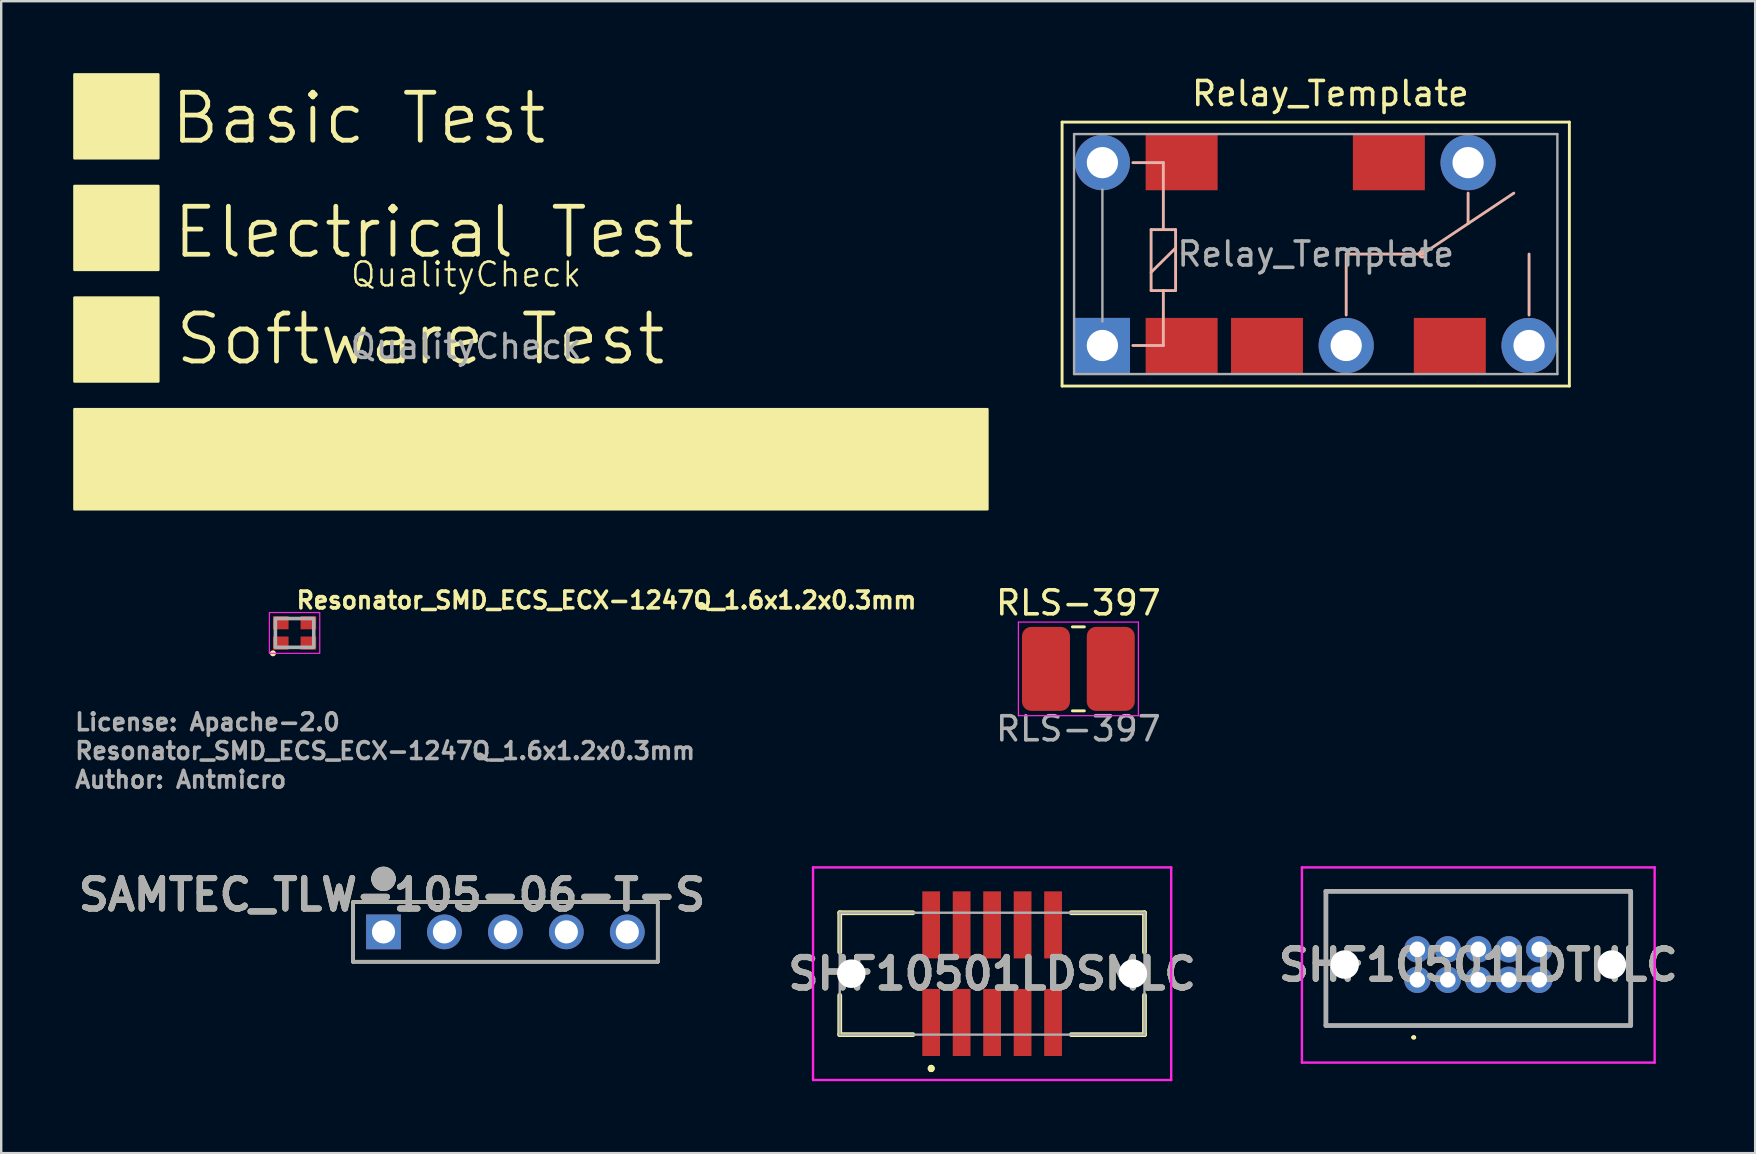
<source format=kicad_pcb>
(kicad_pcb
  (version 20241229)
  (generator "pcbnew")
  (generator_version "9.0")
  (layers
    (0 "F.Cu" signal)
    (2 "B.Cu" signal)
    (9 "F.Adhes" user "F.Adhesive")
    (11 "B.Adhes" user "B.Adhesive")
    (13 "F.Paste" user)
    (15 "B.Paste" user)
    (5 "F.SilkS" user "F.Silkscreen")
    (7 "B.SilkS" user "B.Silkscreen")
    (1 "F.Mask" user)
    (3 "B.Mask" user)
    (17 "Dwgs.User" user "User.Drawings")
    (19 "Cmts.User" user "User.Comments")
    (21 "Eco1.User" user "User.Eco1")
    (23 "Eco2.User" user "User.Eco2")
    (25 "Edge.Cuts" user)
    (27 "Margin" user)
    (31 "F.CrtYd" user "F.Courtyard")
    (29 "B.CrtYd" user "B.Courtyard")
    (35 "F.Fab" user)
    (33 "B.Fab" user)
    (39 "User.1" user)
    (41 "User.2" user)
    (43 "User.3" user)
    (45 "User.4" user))
  (footprint "RLS-397"
    (layer "F.Cu")
    (at 41.889 24.823)
    (property "Reference" "RLS-397" (at 0 -2.75 0) (unlocked yes) (layer "F.SilkS") (effects (font (size 1 1) (thickness 0.15))))
    (attr smd)
    (fp_line (start -0.25 -1.75) (end 0.25 -1.75) (stroke (width 0.12) (type solid)) (layer "F.SilkS"))
    (fp_line (start -0.25 1.75) (end 0.25 1.75) (stroke (width 0.12) (type solid)) (layer "F.SilkS"))
    (fp_line (start -2.5 -1.95) (end 2.5 -1.95) (stroke (width 0.05) (type solid)) (layer "F.CrtYd"))
    (fp_line (start -2.5 1.95) (end -2.5 -1.95) (stroke (width 0.05) (type solid)) (layer "F.CrtYd"))
    (fp_line (start 2.5 -1.95) (end 2.5 1.95) (stroke (width 0.05) (type solid)) (layer "F.CrtYd"))
    (fp_line (start 2.5 1.95) (end -2.5 1.95) (stroke (width 0.05) (type solid)) (layer "F.CrtYd"))
    (fp_text user "${REFERENCE}" (at 0 2.5 0) (unlocked yes) (layer "F.Fab") (effects (font (size 1 1) (thickness 0.15))))
    (pad "1" smd roundrect (at -1.35 0) (size 2 3.5) (layers "F.Cu" "F.Mask" "F.Paste") (roundrect_rratio 0.192))
    (pad "2" smd roundrect (at 1.35 0) (size 2 3.5) (layers "F.Cu" "F.Mask" "F.Paste") (roundrect_rratio 0.192)))
  (footprint "Resonator_SMD_ECS_ECX-1247Q_1.6x1.2x0.3mm"
    (layer "F.Cu")
    (at 9.225 23.325)
    (property "Reference" "Resonator_SMD_ECS_ECX-1247Q_1.6x1.2x0.3mm" (at 0 -0.95 0) (layer "F.SilkS") (effects (font (size 0.7 0.7) (thickness 0.15)) (justify left bottom)))
    (attr smd)
    (fp_circle (center -0.9 0.85) (end -0.85 0.85) (stroke (width 0.15) (type default)) (fill yes) (layer "F.SilkS"))
    (fp_rect (start -1.05 -0.85) (end 1.05 0.85) (stroke (width 0.05) (type solid)) (fill no) (layer "F.CrtYd"))
    (fp_rect (start -0.8 -0.6) (end 0.8 0.6) (stroke (width 0.15) (type solid)) (fill no) (layer "F.Fab"))
    (fp_rect (start -0.8 -0.6) (end 0.8 0.6) (stroke (width 0.1) (type solid)) (fill no) (layer "User.5"))
    (fp_line (start -0.8 -0.575) (end -0.8 0.575) (stroke (width 0.02) (type solid)) (layer "User.9"))
    (fp_line (start -0.8 0.575) (end -0.788 0.578) (stroke (width 0.02) (type solid)) (layer "User.9"))
    (fp_line (start -0.788 -0.578) (end -0.8 -0.575) (stroke (width 0.02) (type solid)) (layer "User.9"))
    (fp_line (start -0.788 0.578) (end -0.778 0.588) (stroke (width 0.02) (type solid)) (layer "User.9"))
    (fp_line (start -0.778 -0.588) (end -0.788 -0.578) (stroke (width 0.02) (type solid)) (layer "User.9"))
    (fp_line (start -0.778 0.588) (end -0.775 0.6) (stroke (width 0.02) (type solid)) (layer "User.9"))
    (fp_line (start -0.775 -0.6) (end -0.778 -0.588) (stroke (width 0.02) (type solid)) (layer "User.9"))
    (fp_line (start -0.775 0.6) (end 0.775 0.6) (stroke (width 0.02) (type solid)) (layer "User.9"))
    (fp_line (start -0.75 -0.5) (end -0.75 0.5) (stroke (width 0.02) (type solid)) (layer "User.9"))
    (fp_line (start -0.75 0.5) (end -0.746 0.519) (stroke (width 0.02) (type solid)) (layer "User.9"))
    (fp_line (start -0.746 -0.519) (end -0.75 -0.5) (stroke (width 0.02) (type solid)) (layer "User.9"))
    (fp_line (start -0.746 0.519) (end -0.735 0.535) (stroke (width 0.02) (type solid)) (layer "User.9"))
    (fp_line (start -0.735 -0.535) (end -0.746 -0.519) (stroke (width 0.02) (type solid)) (layer "User.9"))
    (fp_line (start -0.735 0.535) (end -0.719 0.546) (stroke (width 0.02) (type solid)) (layer "User.9"))
    (fp_line (start -0.719 -0.546) (end -0.735 -0.535) (stroke (width 0.02) (type solid)) (layer "User.9"))
    (fp_line (start -0.719 0.546) (end -0.7 0.55) (stroke (width 0.02) (type solid)) (layer "User.9"))
    (fp_line (start -0.7 -0.55) (end -0.719 -0.546) (stroke (width 0.02) (type solid)) (layer "User.9"))
    (fp_line (start -0.7 0.55) (end 0.7 0.55) (stroke (width 0.02) (type solid)) (layer "User.9"))
    (fp_line (start 0.7 -0.55) (end -0.7 -0.55) (stroke (width 0.02) (type solid)) (layer "User.9"))
    (fp_line (start 0.7 0.55) (end 0.719 0.546) (stroke (width 0.02) (type solid)) (layer "User.9"))
    (fp_line (start 0.719 -0.546) (end 0.7 -0.55) (stroke (width 0.02) (type solid)) (layer "User.9"))
    (fp_line (start 0.719 0.546) (end 0.735 0.535) (stroke (width 0.02) (type solid)) (layer "User.9"))
    (fp_line (start 0.735 -0.535) (end 0.719 -0.546) (stroke (width 0.02) (type solid)) (layer "User.9"))
    (fp_line (start 0.735 0.535) (end 0.746 0.519) (stroke (width 0.02) (type solid)) (layer "User.9"))
    (fp_line (start 0.746 -0.519) (end 0.735 -0.535) (stroke (width 0.02) (type solid)) (layer "User.9"))
    (fp_line (start 0.746 0.519) (end 0.75 0.5) (stroke (width 0.02) (type solid)) (layer "User.9"))
    (fp_line (start 0.75 -0.5) (end 0.746 -0.519) (stroke (width 0.02) (type solid)) (layer "User.9"))
    (fp_line (start 0.75 0.5) (end 0.75 -0.5) (stroke (width 0.02) (type solid)) (layer "User.9"))
    (fp_line (start 0.775 -0.6) (end -0.775 -0.6) (stroke (width 0.02) (type solid)) (layer "User.9"))
    (fp_line (start 0.775 0.6) (end 0.778 0.588) (stroke (width 0.02) (type solid)) (layer "User.9"))
    (fp_line (start 0.778 -0.588) (end 0.775 -0.6) (stroke (width 0.02) (type solid)) (layer "User.9"))
    (fp_line (start 0.778 0.588) (end 0.788 0.578) (stroke (width 0.02) (type solid)) (layer "User.9"))
    (fp_line (start 0.788 -0.578) (end 0.778 -0.588) (stroke (width 0.02) (type solid)) (layer "User.9"))
    (fp_line (start 0.788 0.578) (end 0.8 0.575) (stroke (width 0.02) (type solid)) (layer "User.9"))
    (fp_line (start 0.8 -0.575) (end 0.788 -0.578) (stroke (width 0.02) (type solid)) (layer "User.9"))
    (fp_line (start 0.8 0.575) (end 0.8 -0.575) (stroke (width 0.02) (type solid)) (layer "User.9"))
    (fp_text user "License: Apache-2.0" (at -9.225 4.125 0) (layer "F.Fab") (effects (font (size 0.7 0.7) (thickness 0.15)) (justify left bottom)))
    (fp_text user "${REFERENCE}" (at -9.225 5.325 0) (layer "F.Fab") (effects (font (size 0.7 0.7) (thickness 0.15)) (justify left bottom)))
    (fp_text user "Author: Antmicro" (at -9.225 6.525 0) (layer "F.Fab") (effects (font (size 0.7 0.7) (thickness 0.15)) (justify left bottom)))
    (pad "1" smd rect (at -0.575 0.425) (size 0.65 0.55) (layers "F.Cu" "F.Mask" "F.Paste"))
    (pad "2" smd rect (at 0.575 0.425) (size 0.65 0.55) (layers "F.Cu" "F.Mask" "F.Paste"))
    (pad "3" smd rect (at 0.575 -0.425) (size 0.65 0.55) (layers "F.Cu" "F.Mask" "F.Paste"))
    (pad "4" smd rect (at -0.575 -0.425) (size 0.65 0.55) (layers "F.Cu" "F.Mask" "F.Paste")))
  (footprint "SHF10501LDSMLC"
    (layer "F.Cu")
    (at 38.294 37.526)
    (property "Reference" "SHF10501LDSMLC" (at 0 0 0) (layer "F.SilkS") (effects (font (size 1.27 1.27) (thickness 0.254))))
    (attr through_hole)
    (fp_line (start -6.35 -2.54) (end -6.35 -0.9) (stroke (width 0.2) (type solid)) (layer "F.SilkS"))
    (fp_line (start -6.35 0.9) (end -6.35 2.54) (stroke (width 0.2) (type solid)) (layer "F.SilkS"))
    (fp_line (start -6.35 2.54) (end -3.3 2.54) (stroke (width 0.2) (type solid)) (layer "F.SilkS"))
    (fp_line (start -3.3 -2.54) (end -6.35 -2.54) (stroke (width 0.2) (type solid)) (layer "F.SilkS"))
    (fp_line (start -2.54 3.9) (end -2.54 3.9) (stroke (width 0.2) (type solid)) (layer "F.SilkS"))
    (fp_line (start -2.54 4) (end -2.54 4) (stroke (width 0.2) (type solid)) (layer "F.SilkS"))
    (fp_line (start -2.54 4) (end -2.54 4) (stroke (width 0.2) (type solid)) (layer "F.SilkS"))
    (fp_line (start 3.3 2.54) (end 6.35 2.54) (stroke (width 0.2) (type solid)) (layer "F.SilkS"))
    (fp_line (start 6.35 -2.54) (end 3.3 -2.54) (stroke (width 0.2) (type solid)) (layer "F.SilkS"))
    (fp_line (start 6.35 -0.9) (end 6.35 -2.54) (stroke (width 0.2) (type solid)) (layer "F.SilkS"))
    (fp_line (start 6.35 2.54) (end 6.35 0.9) (stroke (width 0.2) (type solid)) (layer "F.SilkS"))
    (fp_arc (start -2.54 3.9) (mid -2.49 3.95) (end -2.54 4) (stroke (width 0.2) (type solid)) (layer "F.SilkS"))
    (fp_arc (start -2.54 3.9) (mid -2.49 3.95) (end -2.54 4) (stroke (width 0.2) (type solid)) (layer "F.SilkS"))
    (fp_arc (start -2.54 4) (mid -2.59 3.95) (end -2.54 3.9) (stroke (width 0.2) (type solid)) (layer "F.SilkS"))
    (fp_line (start -7.463 -4.43) (end 7.463 -4.43) (stroke (width 0.1) (type solid)) (layer "F.CrtYd"))
    (fp_line (start -7.463 4.43) (end -7.463 -4.43) (stroke (width 0.1) (type solid)) (layer "F.CrtYd"))
    (fp_line (start 7.463 -4.43) (end 7.463 4.43) (stroke (width 0.1) (type solid)) (layer "F.CrtYd"))
    (fp_line (start 7.463 4.43) (end -7.463 4.43) (stroke (width 0.1) (type solid)) (layer "F.CrtYd"))
    (fp_line (start -6.35 -2.54) (end -6.35 2.54) (stroke (width 0.1) (type solid)) (layer "F.Fab"))
    (fp_line (start -6.35 2.54) (end 6.35 2.54) (stroke (width 0.1) (type solid)) (layer "F.Fab"))
    (fp_line (start 6.35 -2.54) (end -6.35 -2.54) (stroke (width 0.1) (type solid)) (layer "F.Fab"))
    (fp_line (start 6.35 2.54) (end 6.35 -2.54) (stroke (width 0.1) (type solid)) (layer "F.Fab"))
    (fp_text user "${REFERENCE}" (at 0 0 0) (layer "F.Fab") (effects (font (size 1.27 1.27) (thickness 0.254))))
    (pad "" np_thru_hole circle (at -5.867 0) (size 1.19 1.19) (drill 1.19) (layers "*.Cu" "*.Mask"))
    (pad "" np_thru_hole circle (at 5.867 0) (size 1.19 1.19) (drill 1.19) (layers "*.Cu" "*.Mask"))
    (pad "1" smd rect (at -2.54 2.033) (size 0.74 2.795) (layers "F.Cu" "F.Mask" "F.Paste"))
    (pad "2" smd rect (at -2.54 -2.033) (size 0.74 2.795) (layers "F.Cu" "F.Mask" "F.Paste"))
    (pad "3" smd rect (at -1.27 2.033) (size 0.74 2.795) (layers "F.Cu" "F.Mask" "F.Paste"))
    (pad "4" smd rect (at -1.27 -2.033) (size 0.74 2.795) (layers "F.Cu" "F.Mask" "F.Paste"))
    (pad "5" smd rect (at 0 2.033) (size 0.74 2.795) (layers "F.Cu" "F.Mask" "F.Paste"))
    (pad "6" smd rect (at 0 -2.033) (size 0.74 2.795) (layers "F.Cu" "F.Mask" "F.Paste"))
    (pad "7" smd rect (at 1.27 2.033) (size 0.74 2.795) (layers "F.Cu" "F.Mask" "F.Paste"))
    (pad "8" smd rect (at 1.27 -2.033) (size 0.74 2.795) (layers "F.Cu" "F.Mask" "F.Paste"))
    (pad "9" smd rect (at 2.54 2.033) (size 0.74 2.795) (layers "F.Cu" "F.Mask" "F.Paste"))
    (pad "10" smd rect (at 2.54 -2.033) (size 0.74 2.795) (layers "F.Cu" "F.Mask" "F.Paste")))
  (footprint "QualityCheck"
    (layer "F.Cu")
    (at 16.375 8.887)
    (property "Reference" "QualityCheck" (at 0 -0.5 0) (unlocked yes) (layer "F.SilkS") (effects (font (size 1 1) (thickness 0.1))))
    (attr board_only exclude_from_pos_files exclude_from_bom)
    (fp_rect (start -16.325 -8.838) (end -12.825 -5.338) (stroke (width 0.1) (type solid)) (fill yes) (layer "F.SilkS"))
    (fp_rect (start -16.325 -4.188) (end -12.825 -0.688) (stroke (width 0.1) (type solid)) (fill yes) (layer "F.SilkS"))
    (fp_rect (start -16.325 0.463) (end -12.825 3.962) (stroke (width 0.1) (type solid)) (fill yes) (layer "F.SilkS"))
    (fp_rect (start -16.325 5.112) (end 21.725 9.287) (stroke (width 0.1) (type solid)) (fill yes) (layer "F.SilkS"))
    (fp_text user "Basic Test" (at -12.425 -5.838 0) (unlocked yes) (layer "F.SilkS") (effects (font (size 2 2) (thickness 0.2)) (justify left bottom)))
    (fp_text user "Software Test" (at -12.225 3.362 0) (unlocked yes) (layer "F.SilkS") (effects (font (size 2 2) (thickness 0.2)) (justify left bottom)))
    (fp_text user "Electrical Test" (at -12.325 -1.087 0) (unlocked yes) (layer "F.SilkS") (effects (font (size 2 2) (thickness 0.2)) (justify left bottom)))
    (fp_text user "${REFERENCE}" (at 0 2.5 0) (unlocked yes) (layer "F.Fab") (effects (font (size 1 1) (thickness 0.15)))))
  (footprint "SAMTEC_TLW-105-06-T-S"
    (layer "F.Cu")
    (at 23.091 35.784)
    (property "Reference" "SAMTEC_TLW-105-06-T-S" (at -9.804 -1.549 0) (layer "F.SilkS") (effects (font (size 1.27 1.27) (thickness 0.254))))
    (attr through_hole)
    (fp_line (start -11.43 -1.245) (end -11.43 1.245) (stroke (width 0.152) (type solid)) (layer "F.SilkS"))
    (fp_line (start -11.43 1.245) (end 1.27 1.245) (stroke (width 0.152) (type solid)) (layer "F.SilkS"))
    (fp_line (start 1.27 -1.245) (end -11.43 -1.245) (stroke (width 0.152) (type solid)) (layer "F.SilkS"))
    (fp_line (start 1.27 1.245) (end 1.27 -1.245) (stroke (width 0.152) (type solid)) (layer "F.SilkS"))
    (fp_arc (start -10.414 -2.2098) (mid -10.16 -2.4638) (end -9.906 -2.2098) (stroke (width 0.508) (type solid)) (layer "F.SilkS"))
    (fp_arc (start -9.906 -2.2098) (mid -10.16 -1.9558) (end -10.414 -2.2098) (stroke (width 0.508) (type solid)) (layer "F.SilkS"))
    (fp_line (start -11.43 -1.245) (end -11.43 1.245) (stroke (width 0.152) (type solid)) (layer "F.Fab"))
    (fp_line (start -11.43 1.245) (end 1.27 1.245) (stroke (width 0.152) (type solid)) (layer "F.Fab"))
    (fp_line (start 1.27 -1.245) (end -11.43 -1.245) (stroke (width 0.152) (type solid)) (layer "F.Fab"))
    (fp_line (start 1.27 1.245) (end 1.27 -1.245) (stroke (width 0.152) (type solid)) (layer "F.Fab"))
    (fp_arc (start -10.414 -2.2098) (mid -10.16 -2.4638) (end -9.906 -2.2098) (stroke (width 0.508) (type solid)) (layer "F.Fab"))
    (fp_arc (start -9.906 -2.2098) (mid -10.16 -1.9558) (end -10.414 -2.2098) (stroke (width 0.508) (type solid)) (layer "F.Fab"))
    (fp_text user "${REFERENCE}" (at -9.804 -1.549 0) (layer "F.Fab") (effects (font (size 1.27 1.27) (thickness 0.254))))
    (pad "1" thru_hole rect (at -10.16 0) (size 1.448 1.448) (drill 0.965) (layers "*.Cu" "*.Mask"))
    (pad "2" thru_hole circle (at -7.62 0) (size 1.448 1.448) (drill 0.965) (layers "*.Cu" "*.Mask"))
    (pad "3" thru_hole circle (at -5.08 0) (size 1.448 1.448) (drill 0.965) (layers "*.Cu" "*.Mask"))
    (pad "4" thru_hole circle (at -2.54 0) (size 1.448 1.448) (drill 0.965) (layers "*.Cu" "*.Mask"))
    (pad "5" thru_hole circle (at 0 0) (size 1.448 1.448) (drill 0.965) (layers "*.Cu" "*.Mask")))
  (footprint "Relay_Template"
    (layer "F.Cu")
    (at 42.89 11.348)
    (property "Reference" "Relay_Template" (at 9.5 -10.5 180) (layer "F.SilkS") (effects (font (size 1 1) (thickness 0.15))))
    (attr exclude_from_bom allow_missing_courtyard)
    (fp_line (start -1.68 -9.31) (end 19.46 -9.31) (stroke (width 0.12) (type solid)) (layer "F.SilkS"))
    (fp_line (start -1.68 1.69) (end -1.68 -9.31) (stroke (width 0.12) (type solid)) (layer "F.SilkS"))
    (fp_line (start -1.68 1.69) (end 19.46 1.69) (stroke (width 0.12) (type solid)) (layer "F.SilkS"))
    (fp_line (start 19.46 1.69) (end 19.46 -9.31) (stroke (width 0.12) (type solid)) (layer "F.SilkS"))
    (fp_line (start 1.27 0) (end 2.54 0) (stroke (width 0.12) (type solid)) (layer "B.SilkS"))
    (fp_line (start 2.03 -4.83) (end 2.54 -4.83) (stroke (width 0.12) (type solid)) (layer "B.SilkS"))
    (fp_line (start 2.03 -3.05) (end 3.05 -4.06) (stroke (width 0.12) (type solid)) (layer "B.SilkS"))
    (fp_line (start 2.03 -2.29) (end 2.03 -4.83) (stroke (width 0.12) (type solid)) (layer "B.SilkS"))
    (fp_line (start 2.54 -7.62) (end 1.27 -7.62) (stroke (width 0.12) (type solid)) (layer "B.SilkS"))
    (fp_line (start 2.54 -4.83) (end 2.54 -7.62) (stroke (width 0.12) (type solid)) (layer "B.SilkS"))
    (fp_line (start 2.54 -4.83) (end 3.05 -4.83) (stroke (width 0.12) (type solid)) (layer "B.SilkS"))
    (fp_line (start 2.54 -2.29) (end 2.03 -2.29) (stroke (width 0.12) (type solid)) (layer "B.SilkS"))
    (fp_line (start 2.54 0) (end 2.54 -2.29) (stroke (width 0.12) (type solid)) (layer "B.SilkS"))
    (fp_line (start 3.05 -4.83) (end 3.05 -2.29) (stroke (width 0.12) (type solid)) (layer "B.SilkS"))
    (fp_line (start 3.05 -2.29) (end 2.54 -2.29) (stroke (width 0.12) (type solid)) (layer "B.SilkS"))
    (fp_line (start 10.16 -3.81) (end 13.335 -3.81) (stroke (width 0.12) (type solid)) (layer "B.SilkS"))
    (fp_line (start 10.16 -1.27) (end 10.16 -3.81) (stroke (width 0.12) (type solid)) (layer "B.SilkS"))
    (fp_line (start 13.335 -3.81) (end 17.145 -6.35) (stroke (width 0.12) (type solid)) (layer "B.SilkS"))
    (fp_line (start 15.24 -6.35) (end 15.24 -5.08) (stroke (width 0.12) (type solid)) (layer "B.SilkS"))
    (fp_line (start 17.78 -1.27) (end 17.78 -3.81) (stroke (width 0.12) (type solid)) (layer "B.SilkS"))
    (fp_circle (center 13.335 -3.81) (end 13.462 -3.81) (stroke (width 0.12) (type solid)) (fill no) (layer "B.SilkS"))
    (fp_line (start -1.18 -8.81) (end 18.96 -8.81) (stroke (width 0.1) (type solid)) (layer "F.Fab"))
    (fp_line (start -1.18 1.19) (end -1.18 -8.81) (stroke (width 0.1) (type solid)) (layer "F.Fab"))
    (fp_line (start 0 -1) (end 0 -6.5) (stroke (width 0.1) (type solid)) (layer "F.Fab"))
    (fp_line (start 18.96 -8.81) (end 18.96 1.19) (stroke (width 0.1) (type solid)) (layer "F.Fab"))
    (fp_line (start 18.96 1.19) (end -1.18 1.19) (stroke (width 0.1) (type solid)) (layer "F.Fab"))
    (fp_text user "${REFERENCE}" (at 8.89 -3.81 0) (layer "F.Fab") (effects (font (size 1 1) (thickness 0.15))))
    (pad "1" thru_hole rect (at 0 0 180) (size 2.3 2.3) (drill 1.3) (layers "*.Cu" "*.Mask"))
    (pad "1" smd rect (at 3.302 0 270) (size 2.3 3) (layers "F.Cu" "F.Mask" "F.Paste"))
    (pad "2" smd rect (at 6.858 0 270) (size 2.3 3) (layers "F.Cu" "F.Mask" "F.Paste"))
    (pad "2" thru_hole circle (at 10.16 0 180) (size 2.3 2.3) (drill 1.3) (layers "*.Cu" "*.Mask"))
    (pad "3" smd rect (at 14.478 0 270) (size 2.3 3) (layers "F.Cu" "F.Mask" "F.Paste"))
    (pad "3" thru_hole circle (at 17.78 0 180) (size 2.3 2.3) (drill 1.3) (layers "*.Cu" "*.Mask"))
    (pad "4" smd rect (at 11.938 -7.62 270) (size 2.3 3) (layers "F.Cu" "F.Mask" "F.Paste"))
    (pad "4" thru_hole circle (at 15.24 -7.62 180) (size 2.3 2.3) (drill 1.3) (layers "*.Cu" "*.Mask"))
    (pad "5" thru_hole circle (at 0 -7.62 180) (size 2.3 2.3) (drill 1.3) (layers "*.Cu" "*.Mask"))
    (pad "5" smd rect (at 3.302 -7.62 270) (size 2.3 3) (layers "F.Cu" "F.Mask" "F.Paste")))
  (footprint "SHF10501LDTHLC"
    (layer "F.Cu")
    (at 56.014 37.781)
    (property "Reference" "SHF10501LDTHLC" (at 2.54 -0.618 0) (layer "F.SilkS") (effects (font (size 1.27 1.27) (thickness 0.254))))
    (attr through_hole)
    (fp_line (start -3.81 -3.685) (end 8.89 -3.685) (stroke (width 0.1) (type solid)) (layer "F.SilkS"))
    (fp_line (start -3.81 1.905) (end -3.81 -3.685) (stroke (width 0.1) (type solid)) (layer "F.SilkS"))
    (fp_line (start -0.2 2.4) (end -0.2 2.4) (stroke (width 0.1) (type solid)) (layer "F.SilkS"))
    (fp_line (start -0.1 2.4) (end -0.1 2.4) (stroke (width 0.1) (type solid)) (layer "F.SilkS"))
    (fp_line (start 8.89 -3.685) (end 8.89 1.905) (stroke (width 0.1) (type solid)) (layer "F.SilkS"))
    (fp_line (start 8.89 1.905) (end -3.81 1.905) (stroke (width 0.1) (type solid)) (layer "F.SilkS"))
    (fp_arc (start -0.2 2.4) (mid -0.15 2.35) (end -0.1 2.4) (stroke (width 0.1) (type solid)) (layer "F.SilkS"))
    (fp_arc (start -0.1 2.4) (mid -0.15 2.45) (end -0.2 2.4) (stroke (width 0.1) (type solid)) (layer "F.SilkS"))
    (fp_line (start -4.81 -4.685) (end 9.89 -4.685) (stroke (width 0.1) (type solid)) (layer "F.CrtYd"))
    (fp_line (start -4.81 3.45) (end -4.81 -4.685) (stroke (width 0.1) (type solid)) (layer "F.CrtYd"))
    (fp_line (start 9.89 -4.685) (end 9.89 3.45) (stroke (width 0.1) (type solid)) (layer "F.CrtYd"))
    (fp_line (start 9.89 3.45) (end -4.81 3.45) (stroke (width 0.1) (type solid)) (layer "F.CrtYd"))
    (fp_line (start -3.81 -3.685) (end 8.89 -3.685) (stroke (width 0.2) (type solid)) (layer "F.Fab"))
    (fp_line (start -3.81 1.905) (end -3.81 -3.685) (stroke (width 0.2) (type solid)) (layer "F.Fab"))
    (fp_line (start 8.89 -3.685) (end 8.89 1.905) (stroke (width 0.2) (type solid)) (layer "F.Fab"))
    (fp_line (start 8.89 1.905) (end -3.81 1.905) (stroke (width 0.2) (type solid)) (layer "F.Fab"))
    (fp_text user "${REFERENCE}" (at 2.54 -0.618 0) (layer "F.Fab") (effects (font (size 1.27 1.27) (thickness 0.254))))
    (pad "" np_thru_hole circle (at -3.028 -0.635) (size 1.19 1.19) (drill 1.19) (layers "*.Cu" "*.Mask"))
    (pad "" np_thru_hole circle (at 8.108 -0.635) (size 1.19 1.19) (drill 1.19) (layers "*.Cu" "*.Mask"))
    (pad "1" thru_hole circle (at 0 0) (size 1.1 1.1) (drill 0.65) (layers "*.Cu" "*.Mask"))
    (pad "2" thru_hole circle (at 0 -1.27) (size 1.1 1.1) (drill 0.65) (layers "*.Cu" "*.Mask"))
    (pad "3" thru_hole circle (at 1.27 0) (size 1.1 1.1) (drill 0.65) (layers "*.Cu" "*.Mask"))
    (pad "4" thru_hole circle (at 1.27 -1.27) (size 1.1 1.1) (drill 0.65) (layers "*.Cu" "*.Mask"))
    (pad "5" thru_hole circle (at 2.54 0) (size 1.1 1.1) (drill 0.65) (layers "*.Cu" "*.Mask"))
    (pad "6" thru_hole circle (at 2.54 -1.27) (size 1.1 1.1) (drill 0.65) (layers "*.Cu" "*.Mask"))
    (pad "7" thru_hole circle (at 3.81 0) (size 1.1 1.1) (drill 0.65) (layers "*.Cu" "*.Mask"))
    (pad "8" thru_hole circle (at 3.81 -1.27) (size 1.1 1.1) (drill 0.65) (layers "*.Cu" "*.Mask"))
    (pad "9" thru_hole circle (at 5.08 0) (size 1.1 1.1) (drill 0.65) (layers "*.Cu" "*.Mask"))
    (pad "10" thru_hole circle (at 5.08 -1.27) (size 1.1 1.1) (drill 0.65) (layers "*.Cu" "*.Mask")))
  (gr_rect
    (start -3 -3)
    (end 70.093 45.005)
    (stroke (width 0.1) (type default))
    (fill no)
    (layer "Edge.Cuts")))
</source>
